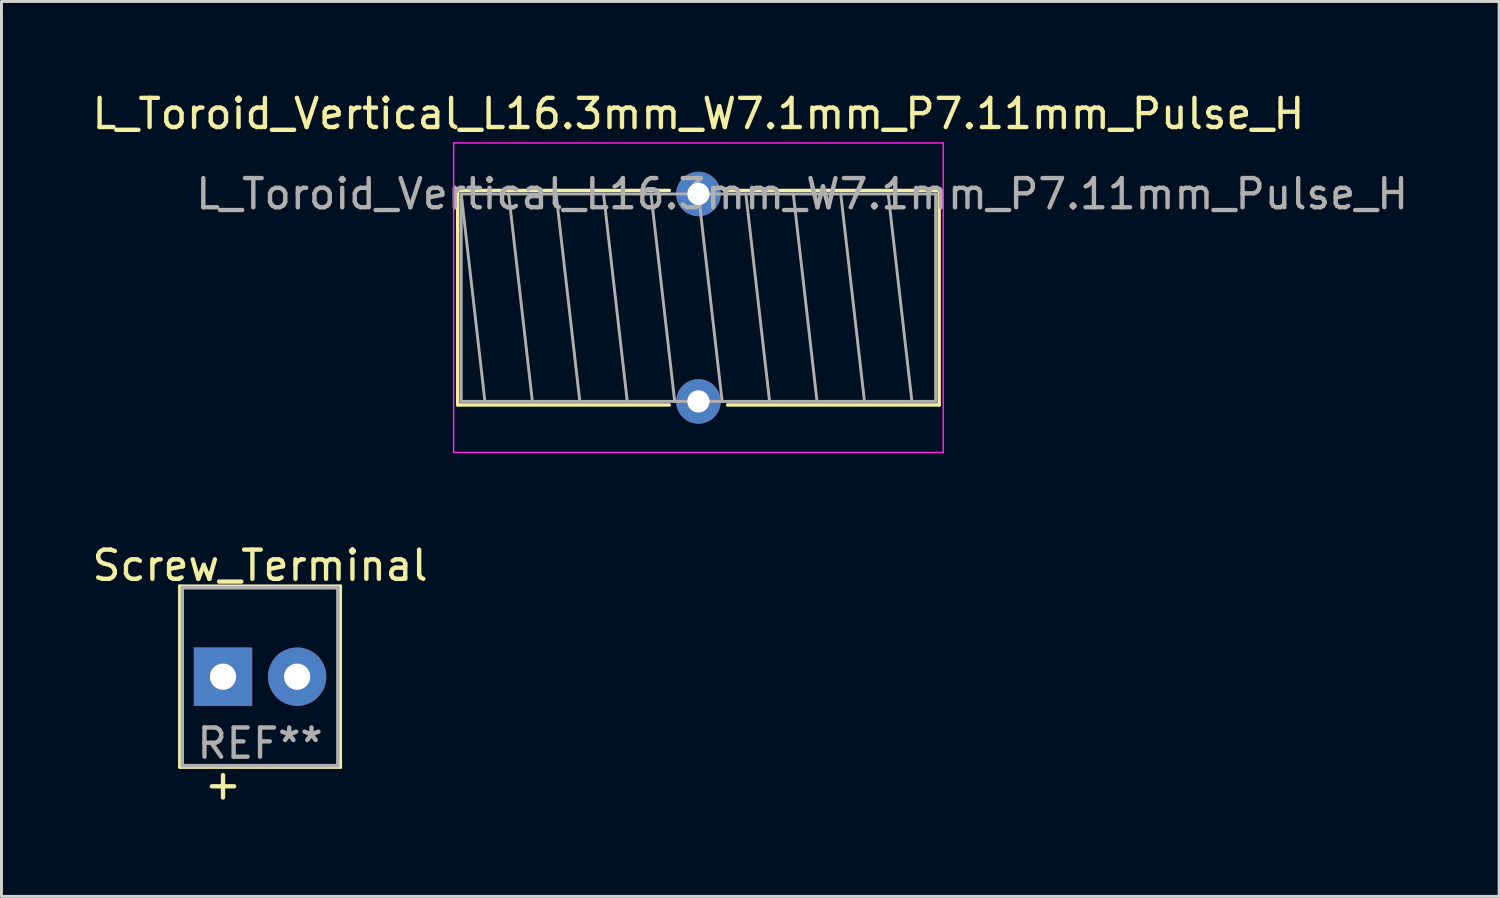
<source format=kicad_pcb>
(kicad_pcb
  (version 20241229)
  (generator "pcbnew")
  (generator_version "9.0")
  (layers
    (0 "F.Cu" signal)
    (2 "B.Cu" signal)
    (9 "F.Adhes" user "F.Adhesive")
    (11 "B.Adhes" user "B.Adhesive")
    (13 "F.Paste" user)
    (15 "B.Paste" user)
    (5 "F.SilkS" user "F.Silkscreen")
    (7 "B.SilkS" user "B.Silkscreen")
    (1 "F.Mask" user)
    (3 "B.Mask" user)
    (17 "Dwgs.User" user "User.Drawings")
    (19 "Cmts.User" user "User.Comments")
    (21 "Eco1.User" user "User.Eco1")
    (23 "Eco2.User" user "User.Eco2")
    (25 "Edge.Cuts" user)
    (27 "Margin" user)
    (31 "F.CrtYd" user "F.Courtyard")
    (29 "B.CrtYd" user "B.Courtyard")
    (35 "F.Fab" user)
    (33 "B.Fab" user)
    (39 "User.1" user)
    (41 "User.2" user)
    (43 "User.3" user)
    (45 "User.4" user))
  (footprint "L_Toroid_Vertical_L16.3mm_W7.1mm_P7.11mm_Pulse_H"
    (layer "F.Cu")
    (at 20.887 3.598)
    (property "Reference" "L_Toroid_Vertical_L16.3mm_W7.1mm_P7.11mm_Pulse_H" (at 0 -2.75 0) (layer "F.SilkS") (effects (font (size 1 1) (thickness 0.15))))
    (attr through_hole)
    (fp_line (start -8.25 -0.12) (end -8.25 7.23) (stroke (width 0.12) (type solid)) (layer "F.SilkS"))
    (fp_line (start -8.25 -0.12) (end -1 -0.12) (stroke (width 0.12) (type solid)) (layer "F.SilkS"))
    (fp_line (start -8.25 7.23) (end -1 7.23) (stroke (width 0.12) (type solid)) (layer "F.SilkS"))
    (fp_line (start 1 -0.12) (end 8.25 -0.12) (stroke (width 0.12) (type solid)) (layer "F.SilkS"))
    (fp_line (start 1 7.23) (end 8.25 7.23) (stroke (width 0.12) (type solid)) (layer "F.SilkS"))
    (fp_line (start 8.25 -0.12) (end 8.25 7.23) (stroke (width 0.12) (type solid)) (layer "F.SilkS"))
    (fp_line (start -8.39 -1.75) (end -8.39 8.86) (stroke (width 0.05) (type solid)) (layer "F.CrtYd"))
    (fp_line (start -8.39 8.86) (end 8.39 8.86) (stroke (width 0.05) (type solid)) (layer "F.CrtYd"))
    (fp_line (start 8.39 -1.75) (end -8.39 -1.75) (stroke (width 0.05) (type solid)) (layer "F.CrtYd"))
    (fp_line (start 8.39 8.86) (end 8.39 -1.75) (stroke (width 0.05) (type solid)) (layer "F.CrtYd"))
    (fp_line (start -8.13 0) (end -8.13 7.11) (stroke (width 0.1) (type solid)) (layer "F.Fab"))
    (fp_line (start -8.13 0) (end -7.317 7.11) (stroke (width 0.1) (type solid)) (layer "F.Fab"))
    (fp_line (start -8.13 7.11) (end 8.13 7.11) (stroke (width 0.1) (type solid)) (layer "F.Fab"))
    (fp_line (start -6.504 0) (end -5.691 7.11) (stroke (width 0.1) (type solid)) (layer "F.Fab"))
    (fp_line (start -4.878 0) (end -4.065 7.11) (stroke (width 0.1) (type solid)) (layer "F.Fab"))
    (fp_line (start -3.252 0) (end -2.439 7.11) (stroke (width 0.1) (type solid)) (layer "F.Fab"))
    (fp_line (start -1.626 0) (end -0.813 7.11) (stroke (width 0.1) (type solid)) (layer "F.Fab"))
    (fp_line (start 0 0) (end 0.813 7.11) (stroke (width 0.1) (type solid)) (layer "F.Fab"))
    (fp_line (start 1.626 0) (end 2.439 7.11) (stroke (width 0.1) (type solid)) (layer "F.Fab"))
    (fp_line (start 3.252 0) (end 4.065 7.11) (stroke (width 0.1) (type solid)) (layer "F.Fab"))
    (fp_line (start 4.878 0) (end 5.691 7.11) (stroke (width 0.1) (type solid)) (layer "F.Fab"))
    (fp_line (start 6.504 0) (end 7.317 7.11) (stroke (width 0.1) (type solid)) (layer "F.Fab"))
    (fp_line (start 8.13 0) (end -8.13 0) (stroke (width 0.1) (type solid)) (layer "F.Fab"))
    (fp_line (start 8.13 7.11) (end 8.13 0) (stroke (width 0.1) (type solid)) (layer "F.Fab"))
    (fp_text user "${REFERENCE}" (at 3.555 0 0) (layer "F.Fab") (effects (font (size 1 1) (thickness 0.15))))
    (pad "1" thru_hole circle (at 0 0) (size 1.524 1.524) (drill 0.762) (layers "*.Cu" "*.Mask"))
    (pad "2" thru_hole circle (at 0 7.11) (size 1.524 1.524) (drill 0.762) (layers "*.Cu" "*.Mask")))
  (footprint "Screw_Terminal"
    (layer "F.Cu")
    (at 5.863 20.142)
    (property "Reference" "Screw_Terminal" (at 0 -3.81 0) (layer "F.SilkS") (effects (font (size 1 1) (thickness 0.15))))
    (attr through_hole)
    (fp_line (start -2.75 3.1) (end -2.75 -3.1) (stroke (width 0.12) (type solid)) (layer "F.SilkS"))
    (fp_line (start -2.75 3.1) (end 2.75 3.1) (stroke (width 0.12) (type solid)) (layer "F.SilkS"))
    (fp_line (start 2.75 -3.1) (end -2.75 -3.1) (stroke (width 0.12) (type solid)) (layer "F.SilkS"))
    (fp_line (start 2.75 -3.1) (end 2.75 3.1) (stroke (width 0.12) (type solid)) (layer "F.SilkS"))
    (fp_line (start -2.667 -3.048) (end -2.667 3.048) (stroke (width 0.12) (type solid)) (layer "F.Fab"))
    (fp_line (start -2.667 3.048) (end 2.667 3.048) (stroke (width 0.12) (type solid)) (layer "F.Fab"))
    (fp_line (start 2.667 -3.048) (end -2.667 -3.048) (stroke (width 0.12) (type solid)) (layer "F.Fab"))
    (fp_line (start 2.667 3.048) (end 2.667 -3.048) (stroke (width 0.12) (type solid)) (layer "F.Fab"))
    (fp_text user "+" (at -1.27 3.683 0) (layer "F.SilkS") (effects (font (size 1 1) (thickness 0.15))))
    (fp_text user "REF**" (at 0 2.286 0) (layer "F.Fab") (effects (font (size 1 1) (thickness 0.15))))
    (pad "1" thru_hole rect (at -1.27 0) (size 2 2) (drill 0.9) (layers "*.Cu" "*.Mask"))
    (pad "2" thru_hole circle (at 1.27 0) (size 2 2) (drill 0.9) (layers "*.Cu" "*.Mask")))
  (gr_rect
    (start -3 -3)
    (end 48.329 27.673)
    (stroke (width 0.1) (type default))
    (fill no)
    (layer "Edge.Cuts")))
</source>
